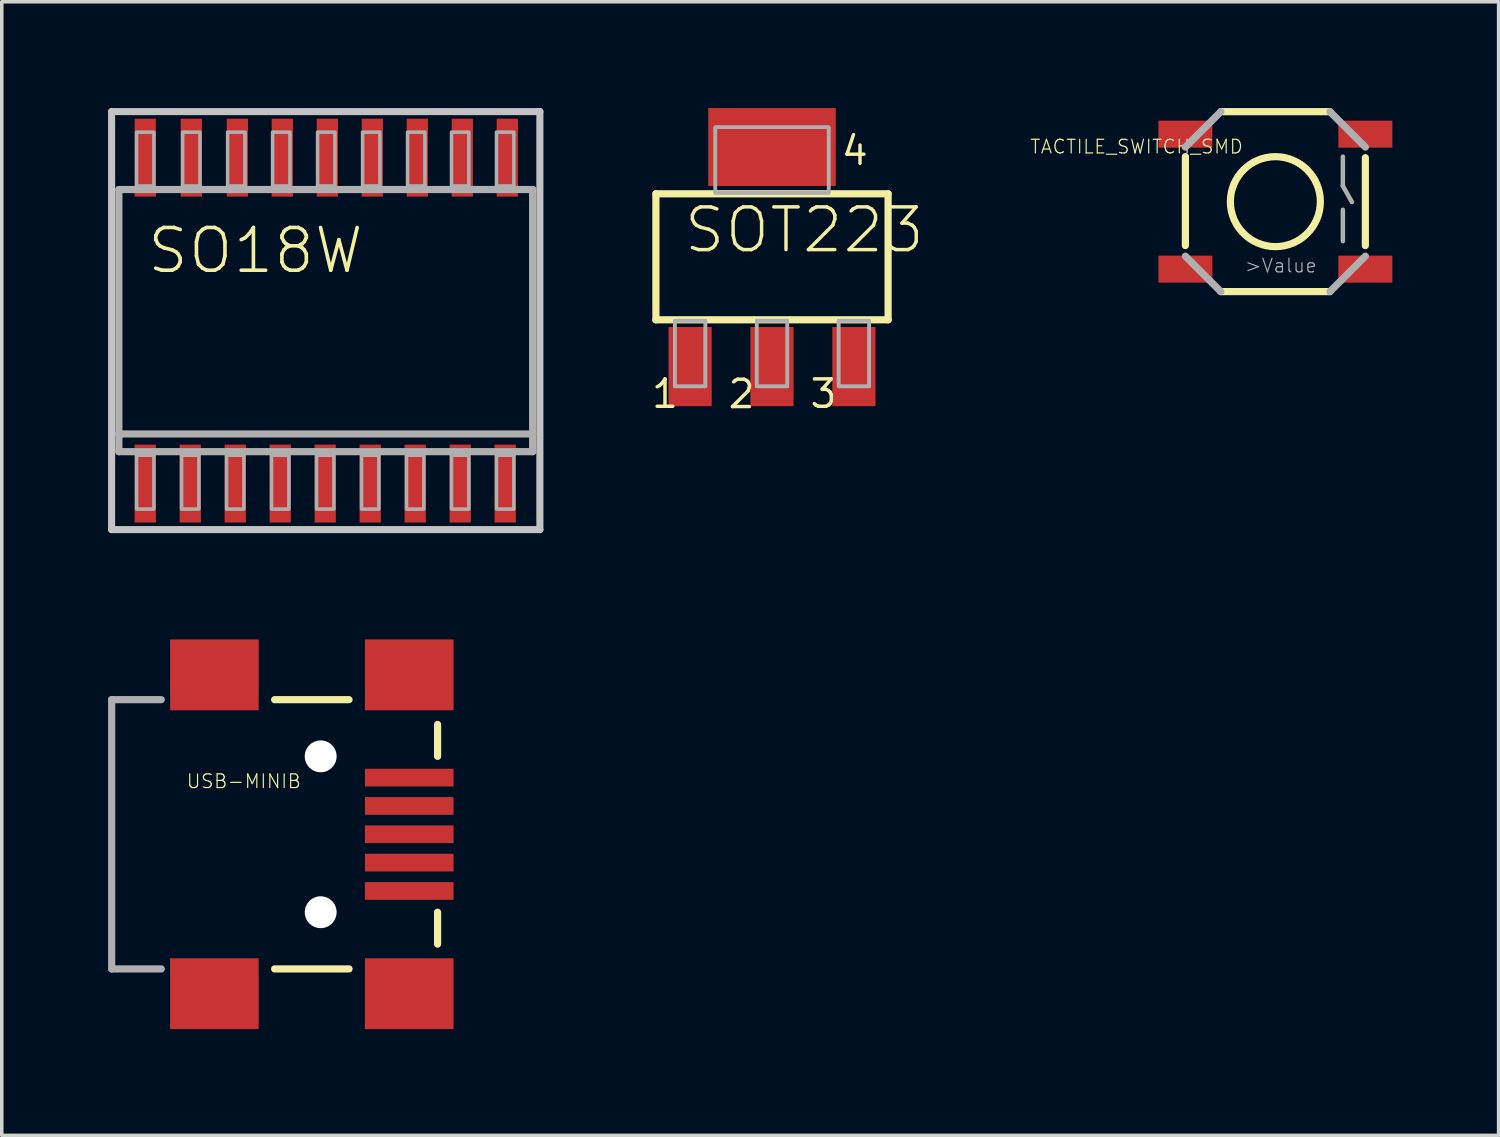
<source format=kicad_pcb>
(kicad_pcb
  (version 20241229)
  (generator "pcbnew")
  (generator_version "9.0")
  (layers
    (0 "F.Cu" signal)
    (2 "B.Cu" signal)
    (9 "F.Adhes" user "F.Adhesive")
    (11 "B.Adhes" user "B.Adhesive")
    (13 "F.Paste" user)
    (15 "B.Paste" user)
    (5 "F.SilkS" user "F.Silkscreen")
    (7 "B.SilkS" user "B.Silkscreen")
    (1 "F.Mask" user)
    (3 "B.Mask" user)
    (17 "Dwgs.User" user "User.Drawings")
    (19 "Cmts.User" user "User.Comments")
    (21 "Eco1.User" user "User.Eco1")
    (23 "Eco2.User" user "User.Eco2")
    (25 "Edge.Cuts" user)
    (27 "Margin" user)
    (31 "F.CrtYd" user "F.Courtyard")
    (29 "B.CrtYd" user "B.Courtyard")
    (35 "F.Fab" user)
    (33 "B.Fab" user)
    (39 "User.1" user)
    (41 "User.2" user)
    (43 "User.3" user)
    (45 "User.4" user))
  (footprint "SO18W"
    (layer "F.Cu")
    (at 5.495 6)
    (property "Reference" "SO18W" (at -4.445 -1.27 0) (layer "F.SilkS") (effects (font (size 1.206 1.206) (thickness 0.102)) (justify left bottom)))
    (attr through_hole)
    (fp_line (start -5.395 -5.9) (end 6.695 -5.9) (stroke (width 0.2) (type solid)) (layer "Dwgs.User"))
    (fp_line (start -5.395 5.9) (end -5.395 -5.9) (stroke (width 0.2) (type solid)) (layer "Dwgs.User"))
    (fp_line (start 6.695 -5.9) (end 6.695 5.9) (stroke (width 0.2) (type solid)) (layer "Dwgs.User"))
    (fp_line (start 6.695 5.9) (end -5.395 5.9) (stroke (width 0.2) (type solid)) (layer "Dwgs.User"))
    (fp_line (start -5.19 -3.7) (end 6.49 -3.7) (stroke (width 0.203) (type solid)) (layer "F.Fab"))
    (fp_line (start -5.19 3.2) (end -5.19 -3.7) (stroke (width 0.203) (type solid)) (layer "F.Fab"))
    (fp_line (start -5.19 3.7) (end -5.19 3.2) (stroke (width 0.203) (type solid)) (layer "F.Fab"))
    (fp_line (start 6.49 -3.7) (end 6.49 3.2) (stroke (width 0.203) (type solid)) (layer "F.Fab"))
    (fp_line (start 6.49 3.2) (end -5.19 3.2) (stroke (width 0.203) (type solid)) (layer "F.Fab"))
    (fp_line (start 6.49 3.2) (end 6.49 3.7) (stroke (width 0.203) (type solid)) (layer "F.Fab"))
    (fp_line (start 6.49 3.7) (end -5.19 3.7) (stroke (width 0.203) (type solid)) (layer "F.Fab"))
    (fp_poly (pts (xy -4.69 -3.8) (xy -4.2 -3.8) (xy -4.2 -5.32) (xy -4.69 -5.32)) (stroke (width 0.1) (type solid)) (fill no) (layer "F.Fab"))
    (fp_poly (pts (xy -4.69 5.32) (xy -4.2 5.32) (xy -4.2 3.8) (xy -4.69 3.8)) (stroke (width 0.1) (type solid)) (fill no) (layer "F.Fab"))
    (fp_poly (pts (xy -3.42 5.32) (xy -2.93 5.32) (xy -2.93 3.8) (xy -3.42 3.8)) (stroke (width 0.1) (type solid)) (fill no) (layer "F.Fab"))
    (fp_poly (pts (xy -3.39 -3.8) (xy -2.9 -3.8) (xy -2.9 -5.32) (xy -3.39 -5.32)) (stroke (width 0.1) (type solid)) (fill no) (layer "F.Fab"))
    (fp_poly (pts (xy -2.15 5.32) (xy -1.66 5.32) (xy -1.66 3.8) (xy -2.15 3.8)) (stroke (width 0.1) (type solid)) (fill no) (layer "F.Fab"))
    (fp_poly (pts (xy -2.12 -3.8) (xy -1.63 -3.8) (xy -1.63 -5.32) (xy -2.12 -5.32)) (stroke (width 0.1) (type solid)) (fill no) (layer "F.Fab"))
    (fp_poly (pts (xy -0.88 5.32) (xy -0.39 5.32) (xy -0.39 3.8) (xy -0.88 3.8)) (stroke (width 0.1) (type solid)) (fill no) (layer "F.Fab"))
    (fp_poly (pts (xy -0.85 -3.8) (xy -0.36 -3.8) (xy -0.36 -5.32) (xy -0.85 -5.32)) (stroke (width 0.1) (type solid)) (fill no) (layer "F.Fab"))
    (fp_poly (pts (xy 0.39 5.32) (xy 0.88 5.32) (xy 0.88 3.8) (xy 0.39 3.8)) (stroke (width 0.1) (type solid)) (fill no) (layer "F.Fab"))
    (fp_poly (pts (xy 0.42 -3.8) (xy 0.91 -3.8) (xy 0.91 -5.32) (xy 0.42 -5.32)) (stroke (width 0.1) (type solid)) (fill no) (layer "F.Fab"))
    (fp_poly (pts (xy 1.66 5.32) (xy 2.15 5.32) (xy 2.15 3.8) (xy 1.66 3.8)) (stroke (width 0.1) (type solid)) (fill no) (layer "F.Fab"))
    (fp_poly (pts (xy 1.69 -3.8) (xy 2.18 -3.8) (xy 2.18 -5.32) (xy 1.69 -5.32)) (stroke (width 0.1) (type solid)) (fill no) (layer "F.Fab"))
    (fp_poly (pts (xy 2.93 5.32) (xy 3.42 5.32) (xy 3.42 3.8) (xy 2.93 3.8)) (stroke (width 0.1) (type solid)) (fill no) (layer "F.Fab"))
    (fp_poly (pts (xy 2.96 -3.8) (xy 3.45 -3.8) (xy 3.45 -5.32) (xy 2.96 -5.32)) (stroke (width 0.1) (type solid)) (fill no) (layer "F.Fab"))
    (fp_poly (pts (xy 4.2 -3.8) (xy 4.69 -3.8) (xy 4.69 -5.32) (xy 4.2 -5.32)) (stroke (width 0.1) (type solid)) (fill no) (layer "F.Fab"))
    (fp_poly (pts (xy 4.2 5.32) (xy 4.69 5.32) (xy 4.69 3.8) (xy 4.2 3.8)) (stroke (width 0.1) (type solid)) (fill no) (layer "F.Fab"))
    (fp_poly (pts (xy 5.47 -3.8) (xy 5.96 -3.8) (xy 5.96 -5.32) (xy 5.47 -5.32)) (stroke (width 0.1) (type solid)) (fill no) (layer "F.Fab"))
    (fp_poly (pts (xy 5.47 5.32) (xy 5.96 5.32) (xy 5.96 3.8) (xy 5.47 3.8)) (stroke (width 0.1) (type solid)) (fill no) (layer "F.Fab"))
    (pad "1" smd rect (at -4.445 4.6) (size 0.6 2.2) (layers "F.Cu" "F.Mask" "F.Paste"))
    (pad "2" smd rect (at -3.175 4.6) (size 0.6 2.2) (layers "F.Cu" "F.Mask" "F.Paste"))
    (pad "3" smd rect (at -1.905 4.6) (size 0.6 2.2) (layers "F.Cu" "F.Mask" "F.Paste"))
    (pad "4" smd rect (at -0.635 4.6) (size 0.6 2.2) (layers "F.Cu" "F.Mask" "F.Paste"))
    (pad "5" smd rect (at 0.635 4.6) (size 0.6 2.2) (layers "F.Cu" "F.Mask" "F.Paste"))
    (pad "6" smd rect (at 1.905 4.6) (size 0.6 2.2) (layers "F.Cu" "F.Mask" "F.Paste"))
    (pad "7" smd rect (at 3.175 4.6) (size 0.6 2.2) (layers "F.Cu" "F.Mask" "F.Paste"))
    (pad "8" smd rect (at 4.445 4.6) (size 0.6 2.2) (layers "F.Cu" "F.Mask" "F.Paste"))
    (pad "9" smd rect (at 5.715 4.6) (size 0.6 2.2) (layers "F.Cu" "F.Mask" "F.Paste"))
    (pad "10" smd rect (at 5.775 -4.6) (size 0.6 2.2) (layers "F.Cu" "F.Mask" "F.Paste"))
    (pad "11" smd rect (at 4.505 -4.6) (size 0.6 2.2) (layers "F.Cu" "F.Mask" "F.Paste"))
    (pad "12" smd rect (at 3.235 -4.6) (size 0.6 2.2) (layers "F.Cu" "F.Mask" "F.Paste"))
    (pad "13" smd rect (at 1.965 -4.6) (size 0.6 2.2) (layers "F.Cu" "F.Mask" "F.Paste"))
    (pad "14" smd rect (at 0.695 -4.6) (size 0.6 2.2) (layers "F.Cu" "F.Mask" "F.Paste"))
    (pad "15" smd rect (at -0.575 -4.6) (size 0.6 2.2) (layers "F.Cu" "F.Mask" "F.Paste"))
    (pad "16" smd rect (at -1.845 -4.6) (size 0.6 2.2) (layers "F.Cu" "F.Mask" "F.Paste"))
    (pad "17" smd rect (at -3.145 -4.6) (size 0.6 2.2) (layers "F.Cu" "F.Mask" "F.Paste"))
    (pad "18" smd rect (at -4.445 -4.6) (size 0.6 2.2) (layers "F.Cu" "F.Mask" "F.Paste")))
  (footprint "SOT223"
    (layer "F.Cu")
    (at 18.742 4.199)
    (property "Reference" "SOT223" (at -2.54 -0.051 180) (layer "F.SilkS") (effects (font (size 1.206 1.206) (thickness 0.097)) (justify left bottom)))
    (attr through_hole)
    (fp_line (start -3.277 -1.778) (end 3.277 -1.778) (stroke (width 0.203) (type solid)) (layer "F.SilkS"))
    (fp_line (start -3.277 1.778) (end -3.277 -1.778) (stroke (width 0.203) (type solid)) (layer "F.SilkS"))
    (fp_line (start 3.277 -1.778) (end 3.277 1.778) (stroke (width 0.203) (type solid)) (layer "F.SilkS"))
    (fp_line (start 3.277 1.778) (end -3.277 1.778) (stroke (width 0.203) (type solid)) (layer "F.SilkS"))
    (fp_poly (pts (xy -2.743 3.658) (xy -1.88 3.658) (xy -1.88 1.803) (xy -2.743 1.803)) (stroke (width 0.1) (type solid)) (fill no) (layer "F.Fab"))
    (fp_poly (pts (xy -2.743 3.658) (xy -1.88 3.658) (xy -1.88 1.803) (xy -2.743 1.803)) (stroke (width 0.1) (type solid)) (fill no) (layer "F.Fab"))
    (fp_poly (pts (xy -1.6 -1.803) (xy 1.6 -1.803) (xy 1.6 -3.658) (xy -1.6 -3.658)) (stroke (width 0.1) (type solid)) (fill no) (layer "F.Fab"))
    (fp_poly (pts (xy -1.6 -1.803) (xy 1.6 -1.803) (xy 1.6 -3.658) (xy -1.6 -3.658)) (stroke (width 0.1) (type solid)) (fill no) (layer "F.Fab"))
    (fp_poly (pts (xy -0.432 3.658) (xy 0.432 3.658) (xy 0.432 1.803) (xy -0.432 1.803)) (stroke (width 0.1) (type solid)) (fill no) (layer "F.Fab"))
    (fp_poly (pts (xy -0.432 3.658) (xy 0.432 3.658) (xy 0.432 1.803) (xy -0.432 1.803)) (stroke (width 0.1) (type solid)) (fill no) (layer "F.Fab"))
    (fp_poly (pts (xy 1.88 3.658) (xy 2.743 3.658) (xy 2.743 1.803) (xy 1.88 1.803)) (stroke (width 0.1) (type solid)) (fill no) (layer "F.Fab"))
    (fp_poly (pts (xy 1.88 3.658) (xy 2.743 3.658) (xy 2.743 1.803) (xy 1.88 1.803)) (stroke (width 0.1) (type solid)) (fill no) (layer "F.Fab"))
    (fp_text user "3" (at 1.021 4.318 0) (layer "F.SilkS") (effects (font (size 0.772 0.772) (thickness 0.098)) (justify left bottom)))
    (fp_text user "4" (at 1.905 -2.54 0) (layer "F.SilkS") (effects (font (size 0.772 0.772) (thickness 0.098)) (justify left bottom)))
    (fp_text user "2" (at -1.291 4.327 0) (layer "F.SilkS") (effects (font (size 0.772 0.772) (thickness 0.098)) (justify left bottom)))
    (fp_text user "1" (at -3.453 4.318 0) (layer "F.SilkS") (effects (font (size 0.772 0.772) (thickness 0.098)) (justify left bottom)))
    (pad "1" smd rect (at -2.311 3.099) (size 1.219 2.235) (layers "F.Cu" "F.Mask" "F.Paste"))
    (pad "2" smd rect (at 0 3.099) (size 1.219 2.235) (layers "F.Cu" "F.Mask" "F.Paste"))
    (pad "3" smd rect (at 2.311 3.099) (size 1.219 2.235) (layers "F.Cu" "F.Mask" "F.Paste"))
    (pad "4" smd rect (at 0 -3.099) (size 3.6 2.2) (layers "F.Cu" "F.Mask" "F.Paste")))
  (footprint "USB-MINIB"
    (layer "F.Cu")
    (at 6.002 20.5)
    (property "Reference" "USB-MINIB" (at -3.81 -1.27 0) (layer "F.SilkS") (effects (font (size 0.386 0.386) (thickness 0.033)) (justify left bottom)))
    (attr through_hole)
    (fp_line (start -1.3 -3.8) (end 0.8 -3.8) (stroke (width 0.203) (type solid)) (layer "F.SilkS"))
    (fp_line (start 0.8 3.8) (end -1.3 3.8) (stroke (width 0.203) (type solid)) (layer "F.SilkS"))
    (fp_line (start 3.3 -3.1) (end 3.3 -2.2) (stroke (width 0.203) (type solid)) (layer "F.SilkS"))
    (fp_line (start 3.3 2.2) (end 3.3 3.1) (stroke (width 0.203) (type solid)) (layer "F.SilkS"))
    (fp_line (start -5.9 -3.8) (end -5.9 3.8) (stroke (width 0.203) (type solid)) (layer "F.Fab"))
    (fp_line (start -5.9 -3.8) (end -4.5 -3.8) (stroke (width 0.203) (type solid)) (layer "F.Fab"))
    (fp_line (start -5.9 3.8) (end -4.5 3.8) (stroke (width 0.203) (type solid)) (layer "F.Fab"))
    (pad "" np_thru_hole circle (at 0 -2.2) (size 0.9 0.9) (drill 0.9) (layers "*.Cu" "*.Mask"))
    (pad "" np_thru_hole circle (at 0 2.2) (size 0.9 0.9) (drill 0.9) (layers "*.Cu" "*.Mask"))
    (pad "D+" smd rect (at 2.5 0) (size 2.5 0.5) (layers "F.Cu" "F.Mask" "F.Paste"))
    (pad "D-" smd rect (at 2.5 -0.8) (size 2.5 0.5) (layers "F.Cu" "F.Mask" "F.Paste"))
    (pad "GND" smd rect (at 2.5 1.6) (size 2.5 0.5) (layers "F.Cu" "F.Mask" "F.Paste"))
    (pad "ID" smd rect (at 2.5 0.8) (size 2.5 0.5) (layers "F.Cu" "F.Mask" "F.Paste"))
    (pad "MTN1" smd rect (at -3 -4.5) (size 2.5 2) (layers "F.Cu" "F.Mask" "F.Paste"))
    (pad "MTN2" smd rect (at 2.5 -4.5) (size 2.5 2) (layers "F.Cu" "F.Mask" "F.Paste"))
    (pad "MTN3" smd rect (at -3 4.5) (size 2.5 2) (layers "F.Cu" "F.Mask" "F.Paste"))
    (pad "MTN4" smd rect (at 2.5 4.5) (size 2.5 2) (layers "F.Cu" "F.Mask" "F.Paste"))
    (pad "VBUS" smd rect (at 2.5 -1.6) (size 2.5 0.5) (layers "F.Cu" "F.Mask" "F.Paste")))
  (footprint "TACTILE_SWITCH_SMD"
    (layer "F.Cu")
    (at 32.951 2.642)
    (property "Reference" "TACTILE_SWITCH_SMD" (at -0.889 -1.778 0) (layer "F.SilkS") (effects (font (size 0.386 0.386) (thickness 0.033)) (justify right top)))
    (attr through_hole)
    (fp_line (start -2.54 1.24) (end -2.54 -1.27) (stroke (width 0.203) (type solid)) (layer "F.SilkS"))
    (fp_line (start -1.54 -2.54) (end 1.54 -2.54) (stroke (width 0.203) (type solid)) (layer "F.SilkS"))
    (fp_line (start 1.54 2.54) (end -1.54 2.54) (stroke (width 0.203) (type solid)) (layer "F.SilkS"))
    (fp_line (start 2.54 -1.24) (end 2.54 1.24) (stroke (width 0.203) (type solid)) (layer "F.SilkS"))
    (fp_circle (center 0 0) (end 1.27 0) (stroke (width 0.203) (type solid)) (fill no) (layer "F.SilkS"))
    (fp_line (start -2.54 -1.54) (end -1.54 -2.54) (stroke (width 0.203) (type solid)) (layer "F.Fab"))
    (fp_line (start -1.54 2.54) (end -2.54 1.54) (stroke (width 0.203) (type solid)) (layer "F.Fab"))
    (fp_line (start 1.54 -2.54) (end 2.54 -1.54) (stroke (width 0.203) (type solid)) (layer "F.Fab"))
    (fp_line (start 1.905 -1.27) (end 1.905 -0.445) (stroke (width 0.127) (type solid)) (layer "F.Fab"))
    (fp_line (start 1.905 -0.445) (end 2.16 0.01) (stroke (width 0.127) (type solid)) (layer "F.Fab"))
    (fp_line (start 1.905 0.23) (end 1.905 1.115) (stroke (width 0.127) (type solid)) (layer "F.Fab"))
    (fp_line (start 2.54 1.54) (end 1.54 2.54) (stroke (width 0.203) (type solid)) (layer "F.Fab"))
    (fp_text user ">Value" (at -0.889 2.032 0) (layer "F.Fab") (effects (font (size 0.386 0.386) (thickness 0.033)) (justify left bottom)))
    (pad "1" smd rect (at -2.54 -1.905 90) (size 0.762 1.524) (layers "F.Cu" "F.Mask" "F.Paste"))
    (pad "2" smd rect (at 2.54 -1.905 90) (size 0.762 1.524) (layers "F.Cu" "F.Mask" "F.Paste"))
    (pad "3" smd rect (at -2.54 1.905 90) (size 0.762 1.524) (layers "F.Cu" "F.Mask" "F.Paste"))
    (pad "4" smd rect (at 2.54 1.905 90) (size 0.762 1.524) (layers "F.Cu" "F.Mask" "F.Paste")))
  (gr_rect
    (start -3 -3)
    (end 39.253 29)
    (stroke (width 0.1) (type default))
    (fill no)
    (layer "Edge.Cuts")))
</source>
